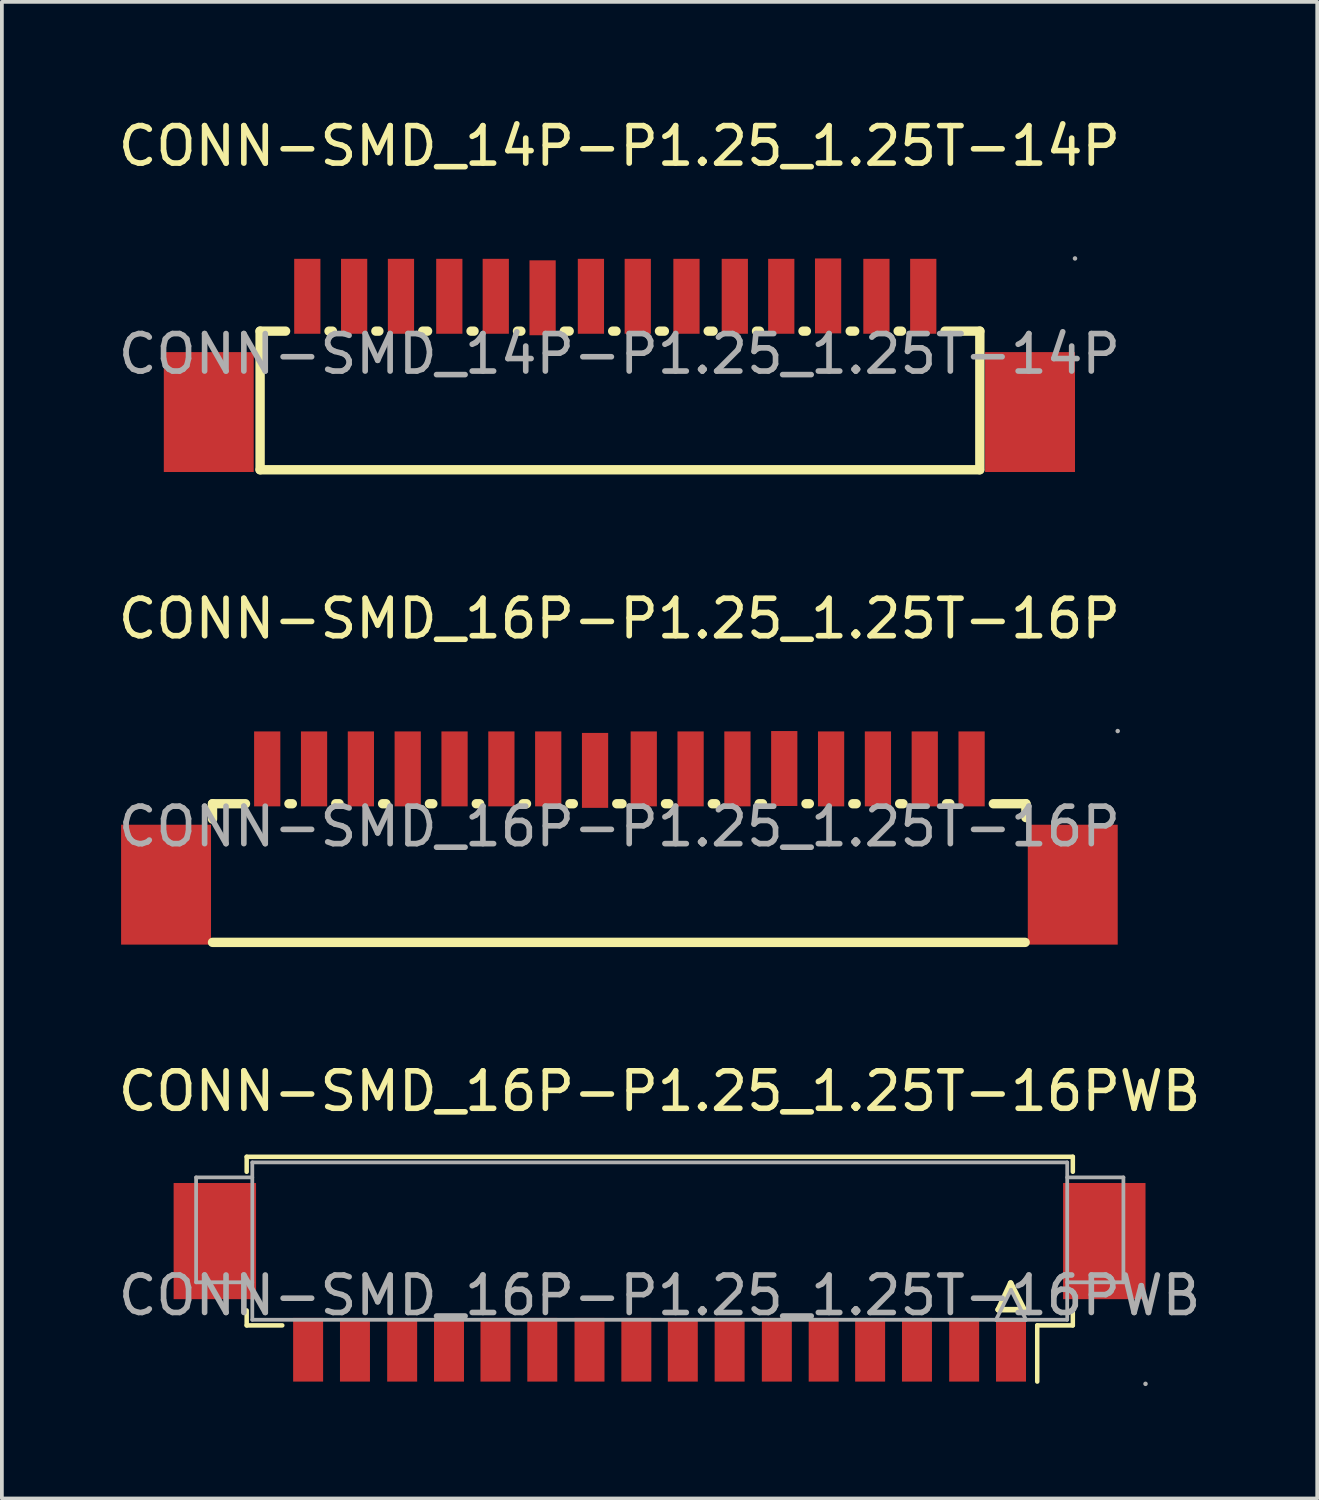
<source format=kicad_pcb>
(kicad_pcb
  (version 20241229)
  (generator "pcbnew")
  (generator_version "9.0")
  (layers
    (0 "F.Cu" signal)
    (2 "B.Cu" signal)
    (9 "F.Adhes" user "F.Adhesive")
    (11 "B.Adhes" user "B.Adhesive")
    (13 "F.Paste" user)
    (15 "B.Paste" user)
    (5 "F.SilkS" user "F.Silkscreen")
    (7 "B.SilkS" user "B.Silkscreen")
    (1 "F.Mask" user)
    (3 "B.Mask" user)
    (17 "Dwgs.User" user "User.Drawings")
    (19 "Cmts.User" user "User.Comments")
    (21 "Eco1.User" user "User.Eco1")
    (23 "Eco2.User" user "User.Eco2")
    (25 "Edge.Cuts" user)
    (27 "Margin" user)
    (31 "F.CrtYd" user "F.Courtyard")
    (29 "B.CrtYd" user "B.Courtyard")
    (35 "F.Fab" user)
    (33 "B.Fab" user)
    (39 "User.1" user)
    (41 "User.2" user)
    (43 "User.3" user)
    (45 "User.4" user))
  (footprint "CONN-SMD_16P-P1.25_1.25T-16PWB"
    (layer "F.Cu")
    (at 14.554 31.525)
    (property "Reference" "CONN-SMD_16P-P1.25_1.25T-16PWB" (at 0 -5.45 0) (layer "F.SilkS") (effects (font (size 1 1) (thickness 0.15))))
    (attr through_hole)
    (fp_line (start -11.02 -3.7) (end 11.03 -3.7) (stroke (width 0.12) (type solid)) (layer "F.SilkS"))
    (fp_line (start -11.02 -3.3) (end -11.02 -3.7) (stroke (width 0.12) (type solid)) (layer "F.SilkS"))
    (fp_line (start -11.02 0.8) (end -11.02 0.4) (stroke (width 0.12) (type solid)) (layer "F.SilkS"))
    (fp_line (start -10.07 0.8) (end -11.02 0.8) (stroke (width 0.12) (type solid)) (layer "F.SilkS"))
    (fp_line (start 9.04 0.38) (end 9.04 0.38) (stroke (width 0.15) (type solid)) (layer "F.SilkS"))
    (fp_line (start 9.04 0.38) (end 9.37 -0.33) (stroke (width 0.15) (type solid)) (layer "F.SilkS"))
    (fp_line (start 9.04 0.38) (end 9.73 0.38) (stroke (width 0.15) (type solid)) (layer "F.SilkS"))
    (fp_line (start 9.37 -0.33) (end 9.73 0.38) (stroke (width 0.15) (type solid)) (layer "F.SilkS"))
    (fp_line (start 9.73 0.38) (end 9.73 0.38) (stroke (width 0.15) (type solid)) (layer "F.SilkS"))
    (fp_line (start 10.08 0.8) (end 11.03 0.8) (stroke (width 0.12) (type solid)) (layer "F.SilkS"))
    (fp_line (start 10.08 2.3) (end 10.08 0.8) (stroke (width 0.12) (type solid)) (layer "F.SilkS"))
    (fp_line (start 11.03 -3.7) (end 11.03 -3.3) (stroke (width 0.12) (type solid)) (layer "F.SilkS"))
    (fp_line (start 11.03 0.8) (end 11.03 0.4) (stroke (width 0.12) (type solid)) (layer "F.SilkS"))
    (fp_line (start -12.37 -3.15) (end -10.87 -3.15) (stroke (width 0.1) (type solid)) (layer "F.Fab"))
    (fp_line (start -12.37 -0.35) (end -12.37 -3.15) (stroke (width 0.1) (type solid)) (layer "F.Fab"))
    (fp_line (start -10.87 -0.35) (end -12.37 -0.35) (stroke (width 0.1) (type solid)) (layer "F.Fab"))
    (fp_line (start -10.87 0.65) (end -10.87 -3.55) (stroke (width 0.1) (type solid)) (layer "F.Fab"))
    (fp_line (start 8.98 0.65) (end 9.78 0.65) (stroke (width 0.1) (type solid)) (layer "F.Fab"))
    (fp_line (start 9.38 -0.15) (end 8.98 0.65) (stroke (width 0.1) (type solid)) (layer "F.Fab"))
    (fp_line (start 9.78 0.65) (end 9.38 -0.15) (stroke (width 0.1) (type solid)) (layer "F.Fab"))
    (fp_line (start 10.88 -3.55) (end -10.87 -3.55) (stroke (width 0.1) (type solid)) (layer "F.Fab"))
    (fp_line (start 10.88 -3.55) (end 10.88 0.65) (stroke (width 0.1) (type solid)) (layer "F.Fab"))
    (fp_line (start 10.88 -0.35) (end 12.38 -0.35) (stroke (width 0.1) (type solid)) (layer "F.Fab"))
    (fp_line (start 10.88 0.65) (end -10.87 0.65) (stroke (width 0.1) (type solid)) (layer "F.Fab"))
    (fp_line (start 12.38 -3.15) (end 10.88 -3.15) (stroke (width 0.1) (type solid)) (layer "F.Fab"))
    (fp_line (start 12.38 -0.35) (end 12.38 -3.15) (stroke (width 0.1) (type solid)) (layer "F.Fab"))
    (fp_circle (center 12.97 2.36) (end 13 2.36) (stroke (width 0.06) (type solid)) (fill no) (layer "F.Fab"))
    (fp_text user "${REFERENCE}" (at 0 0 0) (layer "F.Fab") (effects (font (size 1 1) (thickness 0.15))))
    (pad "1" smd rect (at 9.38 1.45 180) (size 0.8 1.7) (layers "F.Cu" "F.Mask" "F.Paste"))
    (pad "2" smd rect (at 8.13 1.45 180) (size 0.8 1.7) (layers "F.Cu" "F.Mask" "F.Paste"))
    (pad "3" smd rect (at 6.87 1.45 180) (size 0.8 1.7) (layers "F.Cu" "F.Mask" "F.Paste"))
    (pad "4" smd rect (at 5.62 1.45 180) (size 0.8 1.7) (layers "F.Cu" "F.Mask" "F.Paste"))
    (pad "5" smd rect (at 4.38 1.45 180) (size 0.8 1.7) (layers "F.Cu" "F.Mask" "F.Paste"))
    (pad "6" smd rect (at 3.13 1.45 180) (size 0.8 1.7) (layers "F.Cu" "F.Mask" "F.Paste"))
    (pad "7" smd rect (at 1.87 1.45 180) (size 0.8 1.7) (layers "F.Cu" "F.Mask" "F.Paste"))
    (pad "8" smd rect (at 0.62 1.45 180) (size 0.8 1.7) (layers "F.Cu" "F.Mask" "F.Paste"))
    (pad "9" smd rect (at -0.62 1.45 180) (size 0.8 1.7) (layers "F.Cu" "F.Mask" "F.Paste"))
    (pad "10" smd rect (at -1.87 1.45 180) (size 0.8 1.7) (layers "F.Cu" "F.Mask" "F.Paste"))
    (pad "11" smd rect (at -3.13 1.45 180) (size 0.8 1.7) (layers "F.Cu" "F.Mask" "F.Paste"))
    (pad "12" smd rect (at -4.38 1.45 180) (size 0.8 1.7) (layers "F.Cu" "F.Mask" "F.Paste"))
    (pad "13" smd rect (at -5.62 1.45 180) (size 0.8 1.7) (layers "F.Cu" "F.Mask" "F.Paste"))
    (pad "14" smd rect (at -6.87 1.45 180) (size 0.8 1.7) (layers "F.Cu" "F.Mask" "F.Paste"))
    (pad "15" smd rect (at -8.13 1.45 180) (size 0.8 1.7) (layers "F.Cu" "F.Mask" "F.Paste"))
    (pad "16" smd rect (at -9.38 1.45 180) (size 0.8 1.7) (layers "F.Cu" "F.Mask" "F.Paste"))
    (pad "17" smd rect (at 11.87 -1.45 180) (size 2.2 3.1) (layers "F.Cu" "F.Mask" "F.Paste"))
    (pad "18" smd rect (at -11.87 -1.45 180) (size 2.2 3.1) (layers "F.Cu" "F.Mask" "F.Paste")))
  (footprint "CONN-SMD_16P-P1.25_1.25T-16P"
    (layer "F.Cu")
    (at 13.482 19.012)
    (property "Reference" "CONN-SMD_16P-P1.25_1.25T-16P" (at 0 -5.55 0) (layer "F.SilkS") (effects (font (size 1 1) (thickness 0.15))))
    (attr through_hole)
    (fp_line (start -10.86 -0.61) (end -10.86 -0.2) (stroke (width 0.25) (type solid)) (layer "F.SilkS"))
    (fp_line (start -10.86 -0.61) (end -9.98 -0.61) (stroke (width 0.25) (type solid)) (layer "F.SilkS"))
    (fp_line (start -8.82 -0.61) (end -8.73 -0.61) (stroke (width 0.25) (type solid)) (layer "F.SilkS"))
    (fp_line (start -7.57 -0.61) (end -7.48 -0.61) (stroke (width 0.25) (type solid)) (layer "F.SilkS"))
    (fp_line (start -6.32 -0.61) (end -6.23 -0.61) (stroke (width 0.25) (type solid)) (layer "F.SilkS"))
    (fp_line (start -5.07 -0.61) (end -4.98 -0.61) (stroke (width 0.25) (type solid)) (layer "F.SilkS"))
    (fp_line (start -3.82 -0.61) (end -3.73 -0.61) (stroke (width 0.25) (type solid)) (layer "F.SilkS"))
    (fp_line (start -2.57 -0.61) (end -2.48 -0.61) (stroke (width 0.25) (type solid)) (layer "F.SilkS"))
    (fp_line (start -1.32 -0.61) (end -1.23 -0.61) (stroke (width 0.25) (type solid)) (layer "F.SilkS"))
    (fp_line (start -0.07 -0.61) (end 0.07 -0.61) (stroke (width 0.25) (type solid)) (layer "F.SilkS"))
    (fp_line (start 1.23 -0.61) (end 1.32 -0.61) (stroke (width 0.25) (type solid)) (layer "F.SilkS"))
    (fp_line (start 2.48 -0.61) (end 2.57 -0.61) (stroke (width 0.25) (type solid)) (layer "F.SilkS"))
    (fp_line (start 3.73 -0.61) (end 3.82 -0.61) (stroke (width 0.25) (type solid)) (layer "F.SilkS"))
    (fp_line (start 4.98 -0.61) (end 5.07 -0.61) (stroke (width 0.25) (type solid)) (layer "F.SilkS"))
    (fp_line (start 6.23 -0.61) (end 6.32 -0.61) (stroke (width 0.25) (type solid)) (layer "F.SilkS"))
    (fp_line (start 7.48 -0.61) (end 7.57 -0.61) (stroke (width 0.25) (type solid)) (layer "F.SilkS"))
    (fp_line (start 8.73 -0.61) (end 8.82 -0.61) (stroke (width 0.25) (type solid)) (layer "F.SilkS"))
    (fp_line (start 9.98 -0.61) (end 10.85 -0.61) (stroke (width 0.25) (type solid)) (layer "F.SilkS"))
    (fp_line (start 10.83 3.09) (end -10.86 3.09) (stroke (width 0.25) (type solid)) (layer "F.SilkS"))
    (fp_line (start 10.85 -0.61) (end 10.85 -0.24) (stroke (width 0.25) (type solid)) (layer "F.SilkS"))
    (fp_circle (center 13.3 -2.55) (end 13.33 -2.55) (stroke (width 0.06) (type solid)) (fill no) (layer "F.Fab"))
    (fp_text user "${REFERENCE}" (at 0 0 0) (layer "F.Fab") (effects (font (size 1 1) (thickness 0.15))))
    (pad "1" smd rect (at 9.4 -1.54 180) (size 0.7 2) (layers "F.Cu" "F.Mask" "F.Paste"))
    (pad "2" smd rect (at 8.15 -1.54 180) (size 0.7 2) (layers "F.Cu" "F.Mask" "F.Paste"))
    (pad "3" smd rect (at 6.9 -1.54 180) (size 0.7 2) (layers "F.Cu" "F.Mask" "F.Paste"))
    (pad "4" smd rect (at 5.65 -1.54 180) (size 0.7 2) (layers "F.Cu" "F.Mask" "F.Paste"))
    (pad "5" smd rect (at 4.4 -1.55 180) (size 0.7 2) (layers "F.Cu" "F.Mask" "F.Paste"))
    (pad "6" smd rect (at 3.15 -1.54 180) (size 0.7 2) (layers "F.Cu" "F.Mask" "F.Paste"))
    (pad "7" smd rect (at 1.9 -1.54 180) (size 0.7 2) (layers "F.Cu" "F.Mask" "F.Paste"))
    (pad "8" smd rect (at 0.65 -1.54 180) (size 0.7 2) (layers "F.Cu" "F.Mask" "F.Paste"))
    (pad "9" smd rect (at -0.65 -1.5 180) (size 0.7 2) (layers "F.Cu" "F.Mask" "F.Paste"))
    (pad "10" smd rect (at -1.9 -1.54 180) (size 0.7 2) (layers "F.Cu" "F.Mask" "F.Paste"))
    (pad "11" smd rect (at -3.15 -1.54 180) (size 0.7 2) (layers "F.Cu" "F.Mask" "F.Paste"))
    (pad "12" smd rect (at -4.4 -1.54 180) (size 0.7 2) (layers "F.Cu" "F.Mask" "F.Paste"))
    (pad "13" smd rect (at -5.65 -1.54 180) (size 0.7 2) (layers "F.Cu" "F.Mask" "F.Paste"))
    (pad "14" smd rect (at -6.9 -1.54 180) (size 0.7 2) (layers "F.Cu" "F.Mask" "F.Paste"))
    (pad "15" smd rect (at -8.15 -1.54 180) (size 0.7 2) (layers "F.Cu" "F.Mask" "F.Paste"))
    (pad "16" smd rect (at -9.4 -1.54 180) (size 0.7 2) (layers "F.Cu" "F.Mask" "F.Paste"))
    (pad "17" smd rect (at -12.1 1.55 180) (size 2.4 3.2) (layers "F.Cu" "F.Mask" "F.Paste"))
    (pad "18" smd rect (at 12.1 1.55 180) (size 2.4 3.2) (layers "F.Cu" "F.Mask" "F.Paste")))
  (footprint "CONN-SMD_14P-P1.25_1.25T-14P"
    (layer "F.Cu")
    (at 13.482 6.398)
    (property "Reference" "CONN-SMD_14P-P1.25_1.25T-14P" (at 0 -5.55 0) (layer "F.SilkS") (effects (font (size 1 1) (thickness 0.15))))
    (attr through_hole)
    (fp_line (start -9.59 3.09) (end -9.59 -0.61) (stroke (width 0.25) (type solid)) (layer "F.SilkS"))
    (fp_line (start -8.91 -0.61) (end -9.59 -0.61) (stroke (width 0.25) (type solid)) (layer "F.SilkS"))
    (fp_line (start -7.66 -0.61) (end -7.75 -0.61) (stroke (width 0.25) (type solid)) (layer "F.SilkS"))
    (fp_line (start -6.42 -0.61) (end -6.5 -0.61) (stroke (width 0.25) (type solid)) (layer "F.SilkS"))
    (fp_line (start -5.12 -0.61) (end -5.25 -0.61) (stroke (width 0.25) (type solid)) (layer "F.SilkS"))
    (fp_line (start -3.88 -0.61) (end -3.96 -0.61) (stroke (width 0.25) (type solid)) (layer "F.SilkS"))
    (fp_line (start -2.63 -0.61) (end -2.72 -0.61) (stroke (width 0.25) (type solid)) (layer "F.SilkS"))
    (fp_line (start -1.34 -0.61) (end -1.47 -0.61) (stroke (width 0.25) (type solid)) (layer "F.SilkS"))
    (fp_line (start -0.09 -0.61) (end -0.18 -0.61) (stroke (width 0.25) (type solid)) (layer "F.SilkS"))
    (fp_line (start 1.2 -0.61) (end 1.07 -0.61) (stroke (width 0.25) (type solid)) (layer "F.SilkS"))
    (fp_line (start 2.5 -0.61) (end 2.37 -0.61) (stroke (width 0.25) (type solid)) (layer "F.SilkS"))
    (fp_line (start 3.74 -0.61) (end 3.66 -0.61) (stroke (width 0.25) (type solid)) (layer "F.SilkS"))
    (fp_line (start 4.99 -0.61) (end 4.9 -0.61) (stroke (width 0.25) (type solid)) (layer "F.SilkS"))
    (fp_line (start 6.28 -0.61) (end 6.16 -0.61) (stroke (width 0.25) (type solid)) (layer "F.SilkS"))
    (fp_line (start 7.53 -0.61) (end 7.44 -0.61) (stroke (width 0.25) (type solid)) (layer "F.SilkS"))
    (fp_line (start 9.61 3.09) (end -9.59 3.09) (stroke (width 0.25) (type solid)) (layer "F.SilkS"))
    (fp_line (start 9.62 -0.61) (end 8.69 -0.61) (stroke (width 0.25) (type solid)) (layer "F.SilkS"))
    (fp_line (start 9.62 3.09) (end 9.62 -0.61) (stroke (width 0.25) (type solid)) (layer "F.SilkS"))
    (fp_circle (center 12.16 -2.55) (end 12.19 -2.55) (stroke (width 0.06) (type solid)) (fill no) (layer "F.Fab"))
    (fp_text user "${REFERENCE}" (at 0 0 0) (layer "F.Fab") (effects (font (size 1 1) (thickness 0.15))))
    (pad "1" smd rect (at 8.11 -1.54 180) (size 0.7 2) (layers "F.Cu" "F.Mask" "F.Paste"))
    (pad "2" smd rect (at 6.86 -1.54 180) (size 0.7 2) (layers "F.Cu" "F.Mask" "F.Paste"))
    (pad "3" smd rect (at 5.57 -1.55 180) (size 0.7 2) (layers "F.Cu" "F.Mask" "F.Paste"))
    (pad "4" smd rect (at 4.32 -1.54 180) (size 0.7 2) (layers "F.Cu" "F.Mask" "F.Paste"))
    (pad "5" smd rect (at 3.08 -1.54 180) (size 0.7 2) (layers "F.Cu" "F.Mask" "F.Paste"))
    (pad "6" smd rect (at 1.79 -1.54 180) (size 0.7 2) (layers "F.Cu" "F.Mask" "F.Paste"))
    (pad "7" smd rect (at 0.49 -1.54 180) (size 0.7 2) (layers "F.Cu" "F.Mask" "F.Paste"))
    (pad "8" smd rect (at -0.76 -1.54 180) (size 0.7 2) (layers "F.Cu" "F.Mask" "F.Paste"))
    (pad "9" smd rect (at -2.05 -1.5 180) (size 0.7 2) (layers "F.Cu" "F.Mask" "F.Paste"))
    (pad "10" smd rect (at -3.3 -1.54 180) (size 0.7 2) (layers "F.Cu" "F.Mask" "F.Paste"))
    (pad "11" smd rect (at -4.54 -1.54 180) (size 0.7 2) (layers "F.Cu" "F.Mask" "F.Paste"))
    (pad "12" smd rect (at -5.83 -1.54 180) (size 0.7 2) (layers "F.Cu" "F.Mask" "F.Paste"))
    (pad "13" smd rect (at -7.08 -1.54 180) (size 0.7 2) (layers "F.Cu" "F.Mask" "F.Paste"))
    (pad "14" smd rect (at -8.33 -1.54 180) (size 0.7 2) (layers "F.Cu" "F.Mask" "F.Paste"))
    (pad "15" smd rect (at 10.96 1.55 180) (size 2.4 3.2) (layers "F.Cu" "F.Mask" "F.Paste"))
    (pad "16" smd rect (at -10.96 1.55 180) (size 2.4 3.2) (layers "F.Cu" "F.Mask" "F.Paste")))
  (gr_rect
    (start -3 -3)
    (end 32.107 36.945)
    (stroke (width 0.1) (type default))
    (fill no)
    (layer "Edge.Cuts")))
</source>
